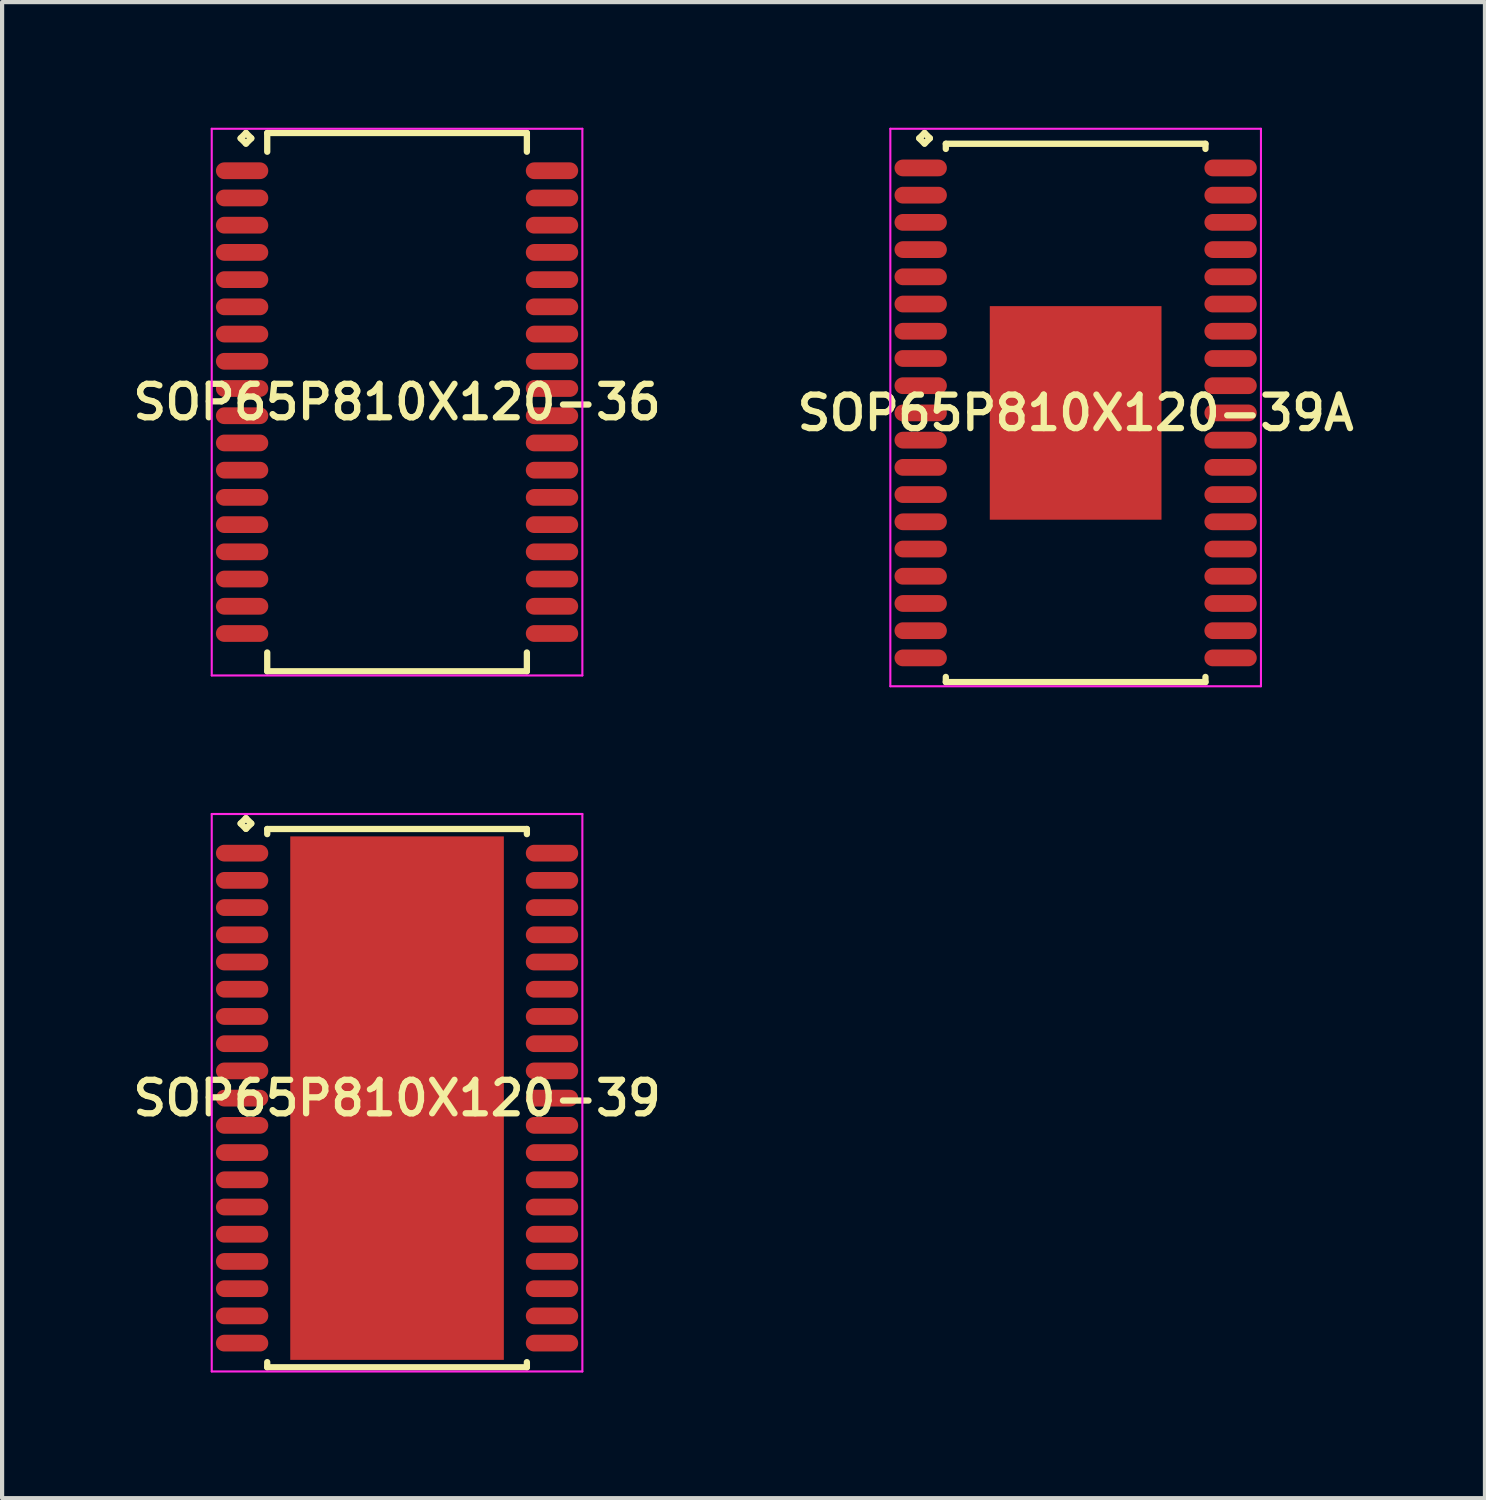
<source format=kicad_pcb>
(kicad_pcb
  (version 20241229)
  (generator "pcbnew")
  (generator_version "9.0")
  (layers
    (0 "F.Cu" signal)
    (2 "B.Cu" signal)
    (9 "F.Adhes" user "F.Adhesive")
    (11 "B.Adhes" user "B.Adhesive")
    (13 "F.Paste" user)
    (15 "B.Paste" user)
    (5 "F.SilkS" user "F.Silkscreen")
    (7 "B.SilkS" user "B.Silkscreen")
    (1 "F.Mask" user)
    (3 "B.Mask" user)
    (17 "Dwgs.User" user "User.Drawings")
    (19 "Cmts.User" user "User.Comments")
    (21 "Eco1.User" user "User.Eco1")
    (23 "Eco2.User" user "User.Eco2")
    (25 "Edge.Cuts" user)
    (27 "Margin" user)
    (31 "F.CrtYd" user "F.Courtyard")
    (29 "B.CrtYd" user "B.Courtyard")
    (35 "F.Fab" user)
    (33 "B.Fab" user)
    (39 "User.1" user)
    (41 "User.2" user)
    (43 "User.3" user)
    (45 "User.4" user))
  (footprint "SOP65P810X120-39"
    (layer "F.Cu")
    (at 6.431 23.172)
    (property "Reference" "SOP65P810X120-39" (at 0 0 0) (layer "F.SilkS") (effects (font (size 0.8 0.8) (thickness 0.15))))
    (attr smd)
    (fp_line (start -3.735 -6.558) (end -3.608 -6.685) (stroke (width 0.15) (type solid)) (layer "F.SilkS"))
    (fp_line (start -3.608 -6.685) (end -3.481 -6.558) (stroke (width 0.15) (type solid)) (layer "F.SilkS"))
    (fp_line (start -3.608 -6.431) (end -3.735 -6.558) (stroke (width 0.15) (type solid)) (layer "F.SilkS"))
    (fp_line (start -3.481 -6.558) (end -3.608 -6.431) (stroke (width 0.15) (type solid)) (layer "F.SilkS"))
    (fp_line (start -3.1 -6.427) (end 3.1 -6.427) (stroke (width 0.15) (type solid)) (layer "F.SilkS"))
    (fp_line (start -3.1 -6.304) (end -3.1 -6.427) (stroke (width 0.15) (type solid)) (layer "F.SilkS"))
    (fp_line (start -3.1 6.304) (end -3.1 6.427) (stroke (width 0.15) (type solid)) (layer "F.SilkS"))
    (fp_line (start -3.1 6.427) (end 3.1 6.427) (stroke (width 0.15) (type solid)) (layer "F.SilkS"))
    (fp_line (start 3.1 -6.427) (end 3.1 -6.304) (stroke (width 0.15) (type solid)) (layer "F.SilkS"))
    (fp_line (start 3.1 6.427) (end 3.1 6.304) (stroke (width 0.15) (type solid)) (layer "F.SilkS"))
    (fp_line (start -4.425 -6.785) (end 4.425 -6.785) (stroke (width 0.05) (type solid)) (layer "F.CrtYd"))
    (fp_line (start -4.425 6.527) (end -4.425 -6.785) (stroke (width 0.05) (type solid)) (layer "F.CrtYd"))
    (fp_line (start 4.425 -6.785) (end 4.425 6.527) (stroke (width 0.05) (type solid)) (layer "F.CrtYd"))
    (fp_line (start 4.425 6.527) (end -4.425 6.527) (stroke (width 0.05) (type solid)) (layer "F.CrtYd"))
    (pad "1" smd oval (at -3.7 -5.85) (size 1.25 0.4) (layers "F.Cu" "F.Mask" "F.Paste"))
    (pad "2" smd oval (at -3.7 -5.2) (size 1.25 0.4) (layers "F.Cu" "F.Mask" "F.Paste"))
    (pad "3" smd oval (at -3.7 -4.55) (size 1.25 0.4) (layers "F.Cu" "F.Mask" "F.Paste"))
    (pad "4" smd oval (at -3.7 -3.9) (size 1.25 0.4) (layers "F.Cu" "F.Mask" "F.Paste"))
    (pad "5" smd oval (at -3.7 -3.25) (size 1.25 0.4) (layers "F.Cu" "F.Mask" "F.Paste"))
    (pad "6" smd oval (at -3.7 -2.6) (size 1.25 0.4) (layers "F.Cu" "F.Mask" "F.Paste"))
    (pad "7" smd oval (at -3.7 -1.95) (size 1.25 0.4) (layers "F.Cu" "F.Mask" "F.Paste"))
    (pad "8" smd oval (at -3.7 -1.3) (size 1.25 0.4) (layers "F.Cu" "F.Mask" "F.Paste"))
    (pad "9" smd oval (at -3.7 -0.65) (size 1.25 0.4) (layers "F.Cu" "F.Mask" "F.Paste"))
    (pad "10" smd oval (at -3.7 0) (size 1.25 0.4) (layers "F.Cu" "F.Mask" "F.Paste"))
    (pad "11" smd oval (at -3.7 0.65) (size 1.25 0.4) (layers "F.Cu" "F.Mask" "F.Paste"))
    (pad "12" smd oval (at -3.7 1.3) (size 1.25 0.4) (layers "F.Cu" "F.Mask" "F.Paste"))
    (pad "13" smd oval (at -3.7 1.95) (size 1.25 0.4) (layers "F.Cu" "F.Mask" "F.Paste"))
    (pad "14" smd oval (at -3.7 2.6) (size 1.25 0.4) (layers "F.Cu" "F.Mask" "F.Paste"))
    (pad "15" smd oval (at -3.7 3.25) (size 1.25 0.4) (layers "F.Cu" "F.Mask" "F.Paste"))
    (pad "16" smd oval (at -3.7 3.9) (size 1.25 0.4) (layers "F.Cu" "F.Mask" "F.Paste"))
    (pad "17" smd oval (at -3.7 4.55) (size 1.25 0.4) (layers "F.Cu" "F.Mask" "F.Paste"))
    (pad "18" smd oval (at -3.7 5.2) (size 1.25 0.4) (layers "F.Cu" "F.Mask" "F.Paste"))
    (pad "19" smd oval (at -3.7 5.85) (size 1.25 0.4) (layers "F.Cu" "F.Mask" "F.Paste"))
    (pad "20" smd oval (at 3.7 5.85) (size 1.25 0.4) (layers "F.Cu" "F.Mask" "F.Paste"))
    (pad "21" smd oval (at 3.7 5.2) (size 1.25 0.4) (layers "F.Cu" "F.Mask" "F.Paste"))
    (pad "22" smd oval (at 3.7 4.55) (size 1.25 0.4) (layers "F.Cu" "F.Mask" "F.Paste"))
    (pad "23" smd oval (at 3.7 3.9) (size 1.25 0.4) (layers "F.Cu" "F.Mask" "F.Paste"))
    (pad "24" smd oval (at 3.7 3.25) (size 1.25 0.4) (layers "F.Cu" "F.Mask" "F.Paste"))
    (pad "25" smd oval (at 3.7 2.6) (size 1.25 0.4) (layers "F.Cu" "F.Mask" "F.Paste"))
    (pad "26" smd oval (at 3.7 1.95) (size 1.25 0.4) (layers "F.Cu" "F.Mask" "F.Paste"))
    (pad "27" smd oval (at 3.7 1.3) (size 1.25 0.4) (layers "F.Cu" "F.Mask" "F.Paste"))
    (pad "28" smd oval (at 3.7 0.65) (size 1.25 0.4) (layers "F.Cu" "F.Mask" "F.Paste"))
    (pad "29" smd oval (at 3.7 0) (size 1.25 0.4) (layers "F.Cu" "F.Mask" "F.Paste"))
    (pad "30" smd oval (at 3.7 -0.65) (size 1.25 0.4) (layers "F.Cu" "F.Mask" "F.Paste"))
    (pad "31" smd oval (at 3.7 -1.3) (size 1.25 0.4) (layers "F.Cu" "F.Mask" "F.Paste"))
    (pad "32" smd oval (at 3.7 -1.95) (size 1.25 0.4) (layers "F.Cu" "F.Mask" "F.Paste"))
    (pad "33" smd oval (at 3.7 -2.6) (size 1.25 0.4) (layers "F.Cu" "F.Mask" "F.Paste"))
    (pad "34" smd oval (at 3.7 -3.25) (size 1.25 0.4) (layers "F.Cu" "F.Mask" "F.Paste"))
    (pad "35" smd oval (at 3.7 -3.9) (size 1.25 0.4) (layers "F.Cu" "F.Mask" "F.Paste"))
    (pad "36" smd oval (at 3.7 -4.55) (size 1.25 0.4) (layers "F.Cu" "F.Mask" "F.Paste"))
    (pad "37" smd oval (at 3.7 -5.2) (size 1.25 0.4) (layers "F.Cu" "F.Mask" "F.Paste"))
    (pad "38" smd oval (at 3.7 -5.85) (size 1.25 0.4) (layers "F.Cu" "F.Mask" "F.Paste"))
    (pad "39" smd rect (at 0 0) (size 5.1 12.5) (layers "F.Cu" "F.Mask" "F.Paste")))
  (footprint "SOP65P810X120-39A"
    (layer "F.Cu")
    (at 22.635 6.81)
    (property "Reference" "SOP65P810X120-39A" (at 0 0 0) (layer "F.SilkS") (effects (font (size 0.8 0.8) (thickness 0.15))))
    (attr smd)
    (fp_line (start -3.735 -6.558) (end -3.608 -6.685) (stroke (width 0.15) (type solid)) (layer "F.SilkS"))
    (fp_line (start -3.608 -6.685) (end -3.481 -6.558) (stroke (width 0.15) (type solid)) (layer "F.SilkS"))
    (fp_line (start -3.608 -6.431) (end -3.735 -6.558) (stroke (width 0.15) (type solid)) (layer "F.SilkS"))
    (fp_line (start -3.481 -6.558) (end -3.608 -6.431) (stroke (width 0.15) (type solid)) (layer "F.SilkS"))
    (fp_line (start -3.1 -6.427) (end 3.1 -6.427) (stroke (width 0.15) (type solid)) (layer "F.SilkS"))
    (fp_line (start -3.1 -6.304) (end -3.1 -6.427) (stroke (width 0.15) (type solid)) (layer "F.SilkS"))
    (fp_line (start -3.1 6.304) (end -3.1 6.427) (stroke (width 0.15) (type solid)) (layer "F.SilkS"))
    (fp_line (start -3.1 6.427) (end 3.1 6.427) (stroke (width 0.15) (type solid)) (layer "F.SilkS"))
    (fp_line (start 3.1 -6.427) (end 3.1 -6.304) (stroke (width 0.15) (type solid)) (layer "F.SilkS"))
    (fp_line (start 3.1 6.427) (end 3.1 6.304) (stroke (width 0.15) (type solid)) (layer "F.SilkS"))
    (fp_line (start -4.425 -6.785) (end 4.425 -6.785) (stroke (width 0.05) (type solid)) (layer "F.CrtYd"))
    (fp_line (start -4.425 6.527) (end -4.425 -6.785) (stroke (width 0.05) (type solid)) (layer "F.CrtYd"))
    (fp_line (start 4.425 -6.785) (end 4.425 6.527) (stroke (width 0.05) (type solid)) (layer "F.CrtYd"))
    (fp_line (start 4.425 6.527) (end -4.425 6.527) (stroke (width 0.05) (type solid)) (layer "F.CrtYd"))
    (pad "1" smd oval (at -3.7 -5.85) (size 1.25 0.4) (layers "F.Cu" "F.Mask" "F.Paste"))
    (pad "2" smd oval (at -3.7 -5.2) (size 1.25 0.4) (layers "F.Cu" "F.Mask" "F.Paste"))
    (pad "3" smd oval (at -3.7 -4.55) (size 1.25 0.4) (layers "F.Cu" "F.Mask" "F.Paste"))
    (pad "4" smd oval (at -3.7 -3.9) (size 1.25 0.4) (layers "F.Cu" "F.Mask" "F.Paste"))
    (pad "5" smd oval (at -3.7 -3.25) (size 1.25 0.4) (layers "F.Cu" "F.Mask" "F.Paste"))
    (pad "6" smd oval (at -3.7 -2.6) (size 1.25 0.4) (layers "F.Cu" "F.Mask" "F.Paste"))
    (pad "7" smd oval (at -3.7 -1.95) (size 1.25 0.4) (layers "F.Cu" "F.Mask" "F.Paste"))
    (pad "8" smd oval (at -3.7 -1.3) (size 1.25 0.4) (layers "F.Cu" "F.Mask" "F.Paste"))
    (pad "9" smd oval (at -3.7 -0.65) (size 1.25 0.4) (layers "F.Cu" "F.Mask" "F.Paste"))
    (pad "10" smd oval (at -3.7 0) (size 1.25 0.4) (layers "F.Cu" "F.Mask" "F.Paste"))
    (pad "11" smd oval (at -3.7 0.65) (size 1.25 0.4) (layers "F.Cu" "F.Mask" "F.Paste"))
    (pad "12" smd oval (at -3.7 1.3) (size 1.25 0.4) (layers "F.Cu" "F.Mask" "F.Paste"))
    (pad "13" smd oval (at -3.7 1.95) (size 1.25 0.4) (layers "F.Cu" "F.Mask" "F.Paste"))
    (pad "14" smd oval (at -3.7 2.6) (size 1.25 0.4) (layers "F.Cu" "F.Mask" "F.Paste"))
    (pad "15" smd oval (at -3.7 3.25) (size 1.25 0.4) (layers "F.Cu" "F.Mask" "F.Paste"))
    (pad "16" smd oval (at -3.7 3.9) (size 1.25 0.4) (layers "F.Cu" "F.Mask" "F.Paste"))
    (pad "17" smd oval (at -3.7 4.55) (size 1.25 0.4) (layers "F.Cu" "F.Mask" "F.Paste"))
    (pad "18" smd oval (at -3.7 5.2) (size 1.25 0.4) (layers "F.Cu" "F.Mask" "F.Paste"))
    (pad "19" smd oval (at -3.7 5.85) (size 1.25 0.4) (layers "F.Cu" "F.Mask" "F.Paste"))
    (pad "20" smd oval (at 3.7 5.85) (size 1.25 0.4) (layers "F.Cu" "F.Mask" "F.Paste"))
    (pad "21" smd oval (at 3.7 5.2) (size 1.25 0.4) (layers "F.Cu" "F.Mask" "F.Paste"))
    (pad "22" smd oval (at 3.7 4.55) (size 1.25 0.4) (layers "F.Cu" "F.Mask" "F.Paste"))
    (pad "23" smd oval (at 3.7 3.9) (size 1.25 0.4) (layers "F.Cu" "F.Mask" "F.Paste"))
    (pad "24" smd oval (at 3.7 3.25) (size 1.25 0.4) (layers "F.Cu" "F.Mask" "F.Paste"))
    (pad "25" smd oval (at 3.7 2.6) (size 1.25 0.4) (layers "F.Cu" "F.Mask" "F.Paste"))
    (pad "26" smd oval (at 3.7 1.95) (size 1.25 0.4) (layers "F.Cu" "F.Mask" "F.Paste"))
    (pad "27" smd oval (at 3.7 1.3) (size 1.25 0.4) (layers "F.Cu" "F.Mask" "F.Paste"))
    (pad "28" smd oval (at 3.7 0.65) (size 1.25 0.4) (layers "F.Cu" "F.Mask" "F.Paste"))
    (pad "29" smd oval (at 3.7 0) (size 1.25 0.4) (layers "F.Cu" "F.Mask" "F.Paste"))
    (pad "30" smd oval (at 3.7 -0.65) (size 1.25 0.4) (layers "F.Cu" "F.Mask" "F.Paste"))
    (pad "31" smd oval (at 3.7 -1.3) (size 1.25 0.4) (layers "F.Cu" "F.Mask" "F.Paste"))
    (pad "32" smd oval (at 3.7 -1.95) (size 1.25 0.4) (layers "F.Cu" "F.Mask" "F.Paste"))
    (pad "33" smd oval (at 3.7 -2.6) (size 1.25 0.4) (layers "F.Cu" "F.Mask" "F.Paste"))
    (pad "34" smd oval (at 3.7 -3.25) (size 1.25 0.4) (layers "F.Cu" "F.Mask" "F.Paste"))
    (pad "35" smd oval (at 3.7 -3.9) (size 1.25 0.4) (layers "F.Cu" "F.Mask" "F.Paste"))
    (pad "36" smd oval (at 3.7 -4.55) (size 1.25 0.4) (layers "F.Cu" "F.Mask" "F.Paste"))
    (pad "37" smd oval (at 3.7 -5.2) (size 1.25 0.4) (layers "F.Cu" "F.Mask" "F.Paste"))
    (pad "38" smd oval (at 3.7 -5.85) (size 1.25 0.4) (layers "F.Cu" "F.Mask" "F.Paste"))
    (pad "39" smd rect (at 0 0) (size 4.1 5.1) (layers "F.Cu" "F.Mask" "F.Paste")))
  (footprint "SOP65P810X120-36"
    (layer "F.Cu")
    (at 6.431 6.552)
    (property "Reference" "SOP65P810X120-36" (at 0 0 0) (layer "F.SilkS") (effects (font (size 0.8 0.8) (thickness 0.15))))
    (attr smd)
    (fp_line (start -3.735 -6.3) (end -3.608 -6.427) (stroke (width 0.15) (type solid)) (layer "F.SilkS"))
    (fp_line (start -3.608 -6.427) (end -3.481 -6.3) (stroke (width 0.15) (type solid)) (layer "F.SilkS"))
    (fp_line (start -3.608 -6.173) (end -3.735 -6.3) (stroke (width 0.15) (type solid)) (layer "F.SilkS"))
    (fp_line (start -3.481 -6.3) (end -3.608 -6.173) (stroke (width 0.15) (type solid)) (layer "F.SilkS"))
    (fp_line (start -3.1 -6.427) (end 3.1 -6.427) (stroke (width 0.15) (type solid)) (layer "F.SilkS"))
    (fp_line (start -3.1 -5.979) (end -3.1 -6.427) (stroke (width 0.15) (type solid)) (layer "F.SilkS"))
    (fp_line (start -3.1 5.979) (end -3.1 6.427) (stroke (width 0.15) (type solid)) (layer "F.SilkS"))
    (fp_line (start -3.1 6.427) (end 3.1 6.427) (stroke (width 0.15) (type solid)) (layer "F.SilkS"))
    (fp_line (start 3.1 -6.427) (end 3.1 -5.979) (stroke (width 0.15) (type solid)) (layer "F.SilkS"))
    (fp_line (start 3.1 6.427) (end 3.1 5.979) (stroke (width 0.15) (type solid)) (layer "F.SilkS"))
    (fp_line (start -4.425 -6.527) (end 4.425 -6.527) (stroke (width 0.05) (type solid)) (layer "F.CrtYd"))
    (fp_line (start -4.425 6.527) (end -4.425 -6.527) (stroke (width 0.05) (type solid)) (layer "F.CrtYd"))
    (fp_line (start 4.425 -6.527) (end 4.425 6.527) (stroke (width 0.05) (type solid)) (layer "F.CrtYd"))
    (fp_line (start 4.425 6.527) (end -4.425 6.527) (stroke (width 0.05) (type solid)) (layer "F.CrtYd"))
    (pad "1" smd oval (at -3.7 -5.525) (size 1.25 0.4) (layers "F.Cu" "F.Mask" "F.Paste"))
    (pad "2" smd oval (at -3.7 -4.875) (size 1.25 0.4) (layers "F.Cu" "F.Mask" "F.Paste"))
    (pad "3" smd oval (at -3.7 -4.225) (size 1.25 0.4) (layers "F.Cu" "F.Mask" "F.Paste"))
    (pad "4" smd oval (at -3.7 -3.575) (size 1.25 0.4) (layers "F.Cu" "F.Mask" "F.Paste"))
    (pad "5" smd oval (at -3.7 -2.925) (size 1.25 0.4) (layers "F.Cu" "F.Mask" "F.Paste"))
    (pad "6" smd oval (at -3.7 -2.275) (size 1.25 0.4) (layers "F.Cu" "F.Mask" "F.Paste"))
    (pad "7" smd oval (at -3.7 -1.625) (size 1.25 0.4) (layers "F.Cu" "F.Mask" "F.Paste"))
    (pad "8" smd oval (at -3.7 -0.975) (size 1.25 0.4) (layers "F.Cu" "F.Mask" "F.Paste"))
    (pad "9" smd oval (at -3.7 -0.325) (size 1.25 0.4) (layers "F.Cu" "F.Mask" "F.Paste"))
    (pad "10" smd oval (at -3.7 0.325) (size 1.25 0.4) (layers "F.Cu" "F.Mask" "F.Paste"))
    (pad "11" smd oval (at -3.7 0.975) (size 1.25 0.4) (layers "F.Cu" "F.Mask" "F.Paste"))
    (pad "12" smd oval (at -3.7 1.625) (size 1.25 0.4) (layers "F.Cu" "F.Mask" "F.Paste"))
    (pad "13" smd oval (at -3.7 2.275) (size 1.25 0.4) (layers "F.Cu" "F.Mask" "F.Paste"))
    (pad "14" smd oval (at -3.7 2.925) (size 1.25 0.4) (layers "F.Cu" "F.Mask" "F.Paste"))
    (pad "15" smd oval (at -3.7 3.575) (size 1.25 0.4) (layers "F.Cu" "F.Mask" "F.Paste"))
    (pad "16" smd oval (at -3.7 4.225) (size 1.25 0.4) (layers "F.Cu" "F.Mask" "F.Paste"))
    (pad "17" smd oval (at -3.7 4.875) (size 1.25 0.4) (layers "F.Cu" "F.Mask" "F.Paste"))
    (pad "18" smd oval (at -3.7 5.525) (size 1.25 0.4) (layers "F.Cu" "F.Mask" "F.Paste"))
    (pad "19" smd oval (at 3.7 5.525) (size 1.25 0.4) (layers "F.Cu" "F.Mask" "F.Paste"))
    (pad "20" smd oval (at 3.7 4.875) (size 1.25 0.4) (layers "F.Cu" "F.Mask" "F.Paste"))
    (pad "21" smd oval (at 3.7 4.225) (size 1.25 0.4) (layers "F.Cu" "F.Mask" "F.Paste"))
    (pad "22" smd oval (at 3.7 3.575) (size 1.25 0.4) (layers "F.Cu" "F.Mask" "F.Paste"))
    (pad "23" smd oval (at 3.7 2.925) (size 1.25 0.4) (layers "F.Cu" "F.Mask" "F.Paste"))
    (pad "24" smd oval (at 3.7 2.275) (size 1.25 0.4) (layers "F.Cu" "F.Mask" "F.Paste"))
    (pad "25" smd oval (at 3.7 1.625) (size 1.25 0.4) (layers "F.Cu" "F.Mask" "F.Paste"))
    (pad "26" smd oval (at 3.7 0.975) (size 1.25 0.4) (layers "F.Cu" "F.Mask" "F.Paste"))
    (pad "27" smd oval (at 3.7 0.325) (size 1.25 0.4) (layers "F.Cu" "F.Mask" "F.Paste"))
    (pad "28" smd oval (at 3.7 -0.325) (size 1.25 0.4) (layers "F.Cu" "F.Mask" "F.Paste"))
    (pad "29" smd oval (at 3.7 -0.975) (size 1.25 0.4) (layers "F.Cu" "F.Mask" "F.Paste"))
    (pad "30" smd oval (at 3.7 -1.625) (size 1.25 0.4) (layers "F.Cu" "F.Mask" "F.Paste"))
    (pad "31" smd oval (at 3.7 -2.275) (size 1.25 0.4) (layers "F.Cu" "F.Mask" "F.Paste"))
    (pad "32" smd oval (at 3.7 -2.925) (size 1.25 0.4) (layers "F.Cu" "F.Mask" "F.Paste"))
    (pad "33" smd oval (at 3.7 -3.575) (size 1.25 0.4) (layers "F.Cu" "F.Mask" "F.Paste"))
    (pad "34" smd oval (at 3.7 -4.225) (size 1.25 0.4) (layers "F.Cu" "F.Mask" "F.Paste"))
    (pad "35" smd oval (at 3.7 -4.875) (size 1.25 0.4) (layers "F.Cu" "F.Mask" "F.Paste"))
    (pad "36" smd oval (at 3.7 -5.525) (size 1.25 0.4) (layers "F.Cu" "F.Mask" "F.Paste")))
  (gr_rect
    (start -3 -3)
    (end 32.409 32.724)
    (stroke (width 0.1) (type default))
    (fill no)
    (layer "Edge.Cuts")))
</source>
